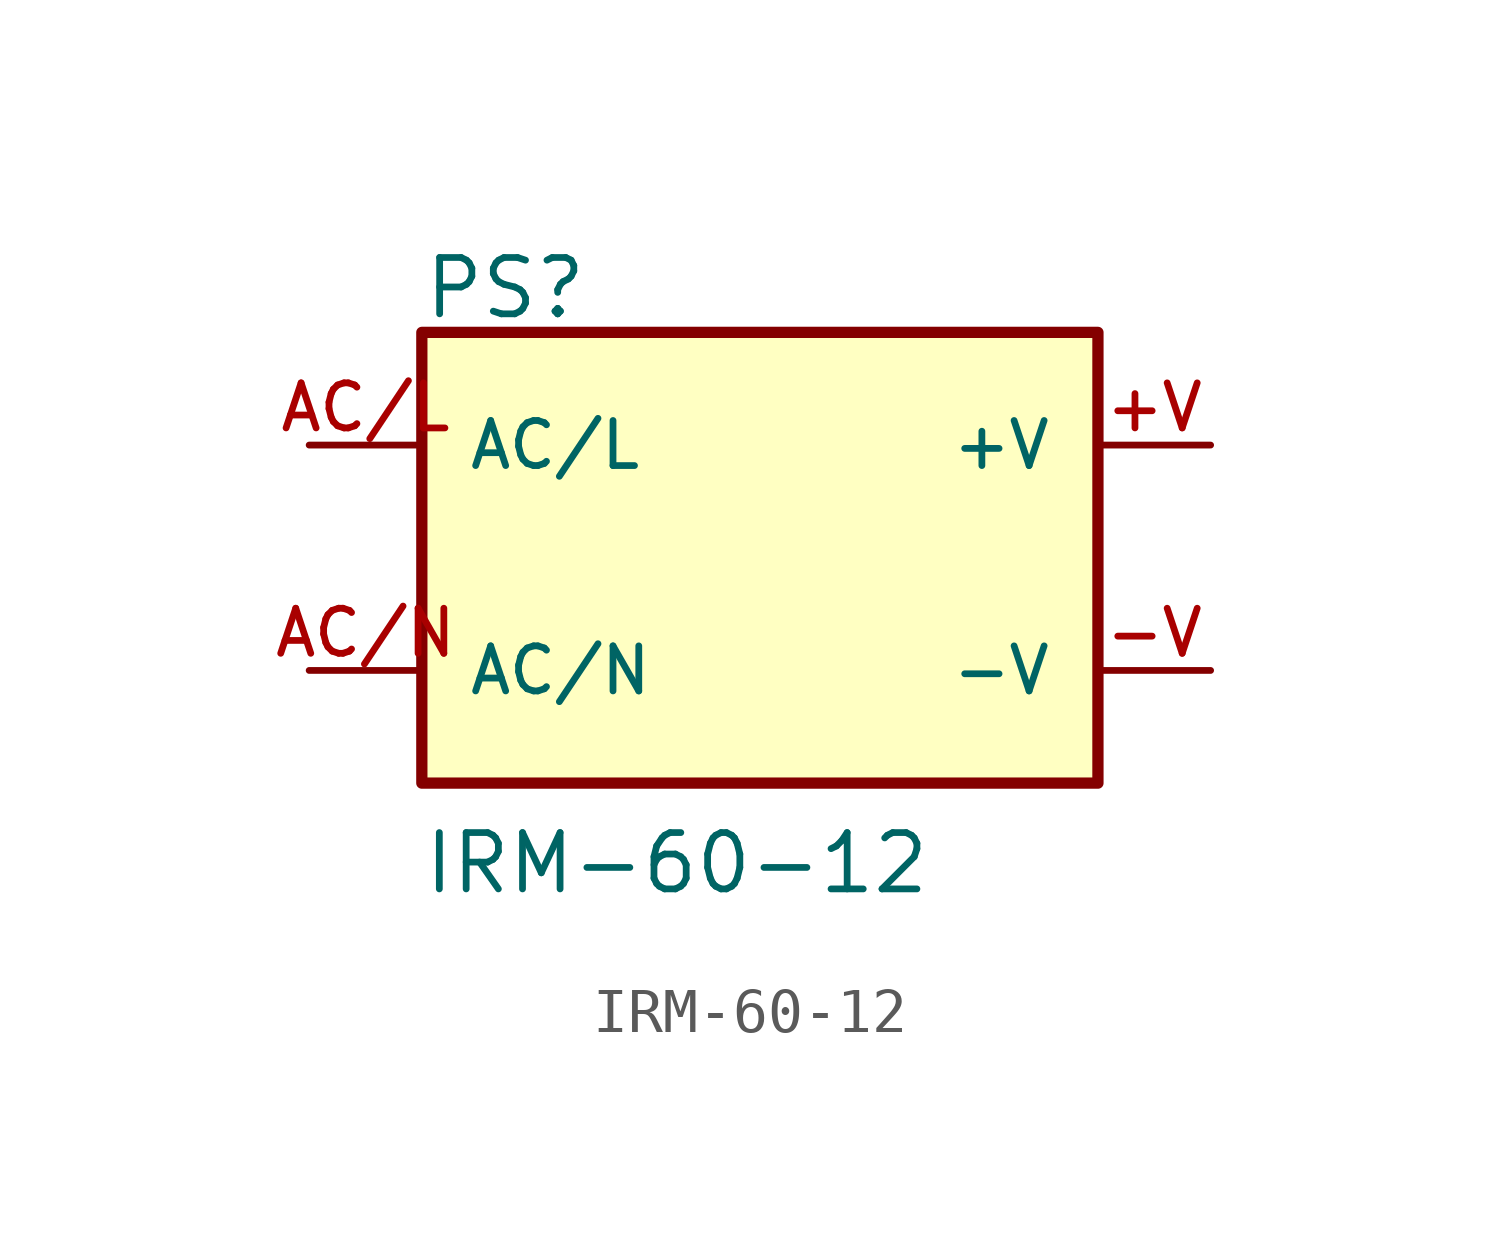
<source format=kicad_sym>
(kicad_symbol_lib
  (version 20211014)
  (generator kicad_symbol_editor)
  (symbol "IRM-60-12"
    (pin_names
      (offset 1.016))
    (property "Reference" "PS"
      (at -7.621 5.335 0)
      (effects (font (size 1.27 1.27)) (justify bottom left)))
    (property "Value" "IRM-60-12"
      (at -7.628 -7.628 0)
      (effects (font (size 1.27 1.27)) (justify bottom left)))
    (symbol "IRM-60-12_0_0"
      (rectangle (start -7.62 -5.08) (end 7.62 5.08) (stroke (width 0.254)) (fill (type background)))
      (pin input line (at -10.16 2.54 0) (length 2.54) (name "AC/L" (effects (font (size 1.016 1.016)))) (number "AC/L" (effects (font (size 1.016 1.016)))))
      (pin output line (at 10.16 2.54 180.0) (length 2.54) (name "+V" (effects (font (size 1.016 1.016)))) (number "+V" (effects (font (size 1.016 1.016)))))
      (pin output line (at 10.16 -2.54 180.0) (length 2.54) (name "-V" (effects (font (size 1.016 1.016)))) (number "-V" (effects (font (size 1.016 1.016)))))
      (pin input line (at -10.16 -2.54 0) (length 2.54) (name "AC/N" (effects (font (size 1.016 1.016)))) (number "AC/N" (effects (font (size 1.016 1.016))))))))
</source>
